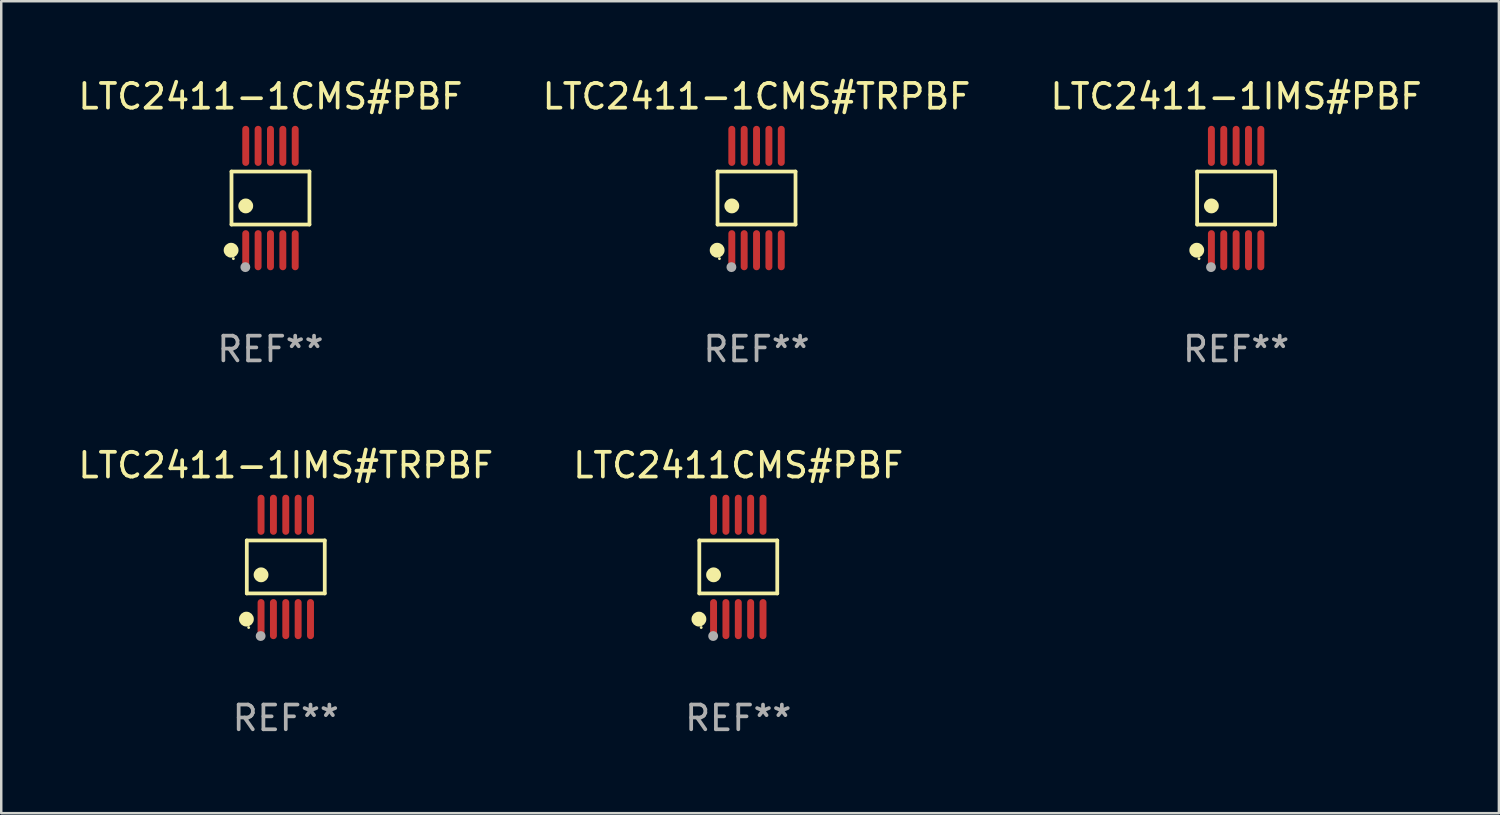
<source format=kicad_pcb>
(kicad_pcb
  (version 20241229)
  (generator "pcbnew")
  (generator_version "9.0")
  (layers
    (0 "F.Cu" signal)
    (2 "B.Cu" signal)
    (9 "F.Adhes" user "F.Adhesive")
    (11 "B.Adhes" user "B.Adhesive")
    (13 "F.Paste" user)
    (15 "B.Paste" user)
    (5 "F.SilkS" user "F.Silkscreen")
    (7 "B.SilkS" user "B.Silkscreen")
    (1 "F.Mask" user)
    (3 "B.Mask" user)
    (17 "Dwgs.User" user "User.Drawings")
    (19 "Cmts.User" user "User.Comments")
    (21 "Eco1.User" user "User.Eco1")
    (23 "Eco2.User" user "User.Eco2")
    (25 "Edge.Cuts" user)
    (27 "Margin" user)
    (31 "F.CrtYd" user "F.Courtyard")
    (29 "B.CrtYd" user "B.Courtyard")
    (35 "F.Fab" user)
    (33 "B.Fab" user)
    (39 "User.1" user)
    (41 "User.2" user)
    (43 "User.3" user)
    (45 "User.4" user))
  (footprint "LTC2411-1CMS#PBF"
    (layer "F.Cu")
    (at 7.887 4.958)
    (property "Reference" "LTC2411-1CMS#PBF" (at 0 -4.11 0) (layer "F.SilkS") (effects (font (size 1 1) (thickness 0.15))))
    (attr through_hole)
    (fp_line (start -1.576 -1.071) (end 1.576 -1.071) (stroke (width 0.152) (type solid)) (layer "F.SilkS"))
    (fp_line (start -1.576 1.071) (end -1.576 -1.071) (stroke (width 0.152) (type solid)) (layer "F.SilkS"))
    (fp_line (start 1.576 -1.071) (end 1.576 1.071) (stroke (width 0.152) (type solid)) (layer "F.SilkS"))
    (fp_line (start 1.576 1.071) (end -1.576 1.071) (stroke (width 0.152) (type solid)) (layer "F.SilkS"))
    (fp_circle (center -1.592 2.11) (end -1.442 2.11) (stroke (width 0.3) (type solid)) (fill no) (layer "F.SilkS"))
    (fp_circle (center -1.5 2.45) (end -1.47 2.45) (stroke (width 0.06) (type solid)) (fill no) (layer "F.SilkS"))
    (fp_circle (center -1 0.319) (end -0.85 0.319) (stroke (width 0.3) (type solid)) (fill no) (layer "F.SilkS"))
    (fp_circle (center -1.016 2.794) (end -0.916 2.794) (stroke (width 0.2) (type solid)) (fill no) (layer "F.Fab"))
    (fp_text user "REF**" (at 0 6.11 0) (layer "F.Fab") (effects (font (size 1 1) (thickness 0.15))))
    (pad "1" smd oval (at -1 2.11) (size 0.28 1.62) (layers "F.Cu" "F.Mask" "F.Paste"))
    (pad "2" smd oval (at -0.5 2.11) (size 0.28 1.62) (layers "F.Cu" "F.Mask" "F.Paste"))
    (pad "3" smd oval (at 0 2.11) (size 0.28 1.62) (layers "F.Cu" "F.Mask" "F.Paste"))
    (pad "4" smd oval (at 0.5 2.11) (size 0.28 1.62) (layers "F.Cu" "F.Mask" "F.Paste"))
    (pad "5" smd oval (at 1 2.11) (size 0.28 1.62) (layers "F.Cu" "F.Mask" "F.Paste"))
    (pad "6" smd oval (at 1 -2.11) (size 0.28 1.62) (layers "F.Cu" "F.Mask" "F.Paste"))
    (pad "7" smd oval (at 0.5 -2.11) (size 0.28 1.62) (layers "F.Cu" "F.Mask" "F.Paste"))
    (pad "8" smd oval (at 0 -2.11) (size 0.28 1.62) (layers "F.Cu" "F.Mask" "F.Paste"))
    (pad "9" smd oval (at -0.5 -2.11) (size 0.28 1.62) (layers "F.Cu" "F.Mask" "F.Paste"))
    (pad "10" smd oval (at -1 -2.11) (size 0.28 1.62) (layers "F.Cu" "F.Mask" "F.Paste")))
  (footprint "LTC2411-1IMS#TRPBF"
    (layer "F.Cu")
    (at 8.506 19.875)
    (property "Reference" "LTC2411-1IMS#TRPBF" (at 0 -4.11 0) (layer "F.SilkS") (effects (font (size 1 1) (thickness 0.15))))
    (attr through_hole)
    (fp_line (start -1.576 -1.071) (end 1.576 -1.071) (stroke (width 0.152) (type solid)) (layer "F.SilkS"))
    (fp_line (start -1.576 1.071) (end -1.576 -1.071) (stroke (width 0.152) (type solid)) (layer "F.SilkS"))
    (fp_line (start 1.576 -1.071) (end 1.576 1.071) (stroke (width 0.152) (type solid)) (layer "F.SilkS"))
    (fp_line (start 1.576 1.071) (end -1.576 1.071) (stroke (width 0.152) (type solid)) (layer "F.SilkS"))
    (fp_circle (center -1.592 2.11) (end -1.442 2.11) (stroke (width 0.3) (type solid)) (fill no) (layer "F.SilkS"))
    (fp_circle (center -1.5 2.45) (end -1.47 2.45) (stroke (width 0.06) (type solid)) (fill no) (layer "F.SilkS"))
    (fp_circle (center -1 0.319) (end -0.85 0.319) (stroke (width 0.3) (type solid)) (fill no) (layer "F.SilkS"))
    (fp_circle (center -1.016 2.794) (end -0.916 2.794) (stroke (width 0.2) (type solid)) (fill no) (layer "F.Fab"))
    (fp_text user "REF**" (at 0 6.11 0) (layer "F.Fab") (effects (font (size 1 1) (thickness 0.15))))
    (pad "1" smd oval (at -1 2.11) (size 0.28 1.62) (layers "F.Cu" "F.Mask" "F.Paste"))
    (pad "2" smd oval (at -0.5 2.11) (size 0.28 1.62) (layers "F.Cu" "F.Mask" "F.Paste"))
    (pad "3" smd oval (at 0 2.11) (size 0.28 1.62) (layers "F.Cu" "F.Mask" "F.Paste"))
    (pad "4" smd oval (at 0.5 2.11) (size 0.28 1.62) (layers "F.Cu" "F.Mask" "F.Paste"))
    (pad "5" smd oval (at 1 2.11) (size 0.28 1.62) (layers "F.Cu" "F.Mask" "F.Paste"))
    (pad "6" smd oval (at 1 -2.11) (size 0.28 1.62) (layers "F.Cu" "F.Mask" "F.Paste"))
    (pad "7" smd oval (at 0.5 -2.11) (size 0.28 1.62) (layers "F.Cu" "F.Mask" "F.Paste"))
    (pad "8" smd oval (at 0 -2.11) (size 0.28 1.62) (layers "F.Cu" "F.Mask" "F.Paste"))
    (pad "9" smd oval (at -0.5 -2.11) (size 0.28 1.62) (layers "F.Cu" "F.Mask" "F.Paste"))
    (pad "10" smd oval (at -1 -2.11) (size 0.28 1.62) (layers "F.Cu" "F.Mask" "F.Paste")))
  (footprint "LTC2411-1IMS#PBF"
    (layer "F.Cu")
    (at 46.935 4.958)
    (property "Reference" "LTC2411-1IMS#PBF" (at 0 -4.11 0) (layer "F.SilkS") (effects (font (size 1 1) (thickness 0.15))))
    (attr through_hole)
    (fp_line (start -1.576 -1.071) (end 1.576 -1.071) (stroke (width 0.152) (type solid)) (layer "F.SilkS"))
    (fp_line (start -1.576 1.071) (end -1.576 -1.071) (stroke (width 0.152) (type solid)) (layer "F.SilkS"))
    (fp_line (start 1.576 -1.071) (end 1.576 1.071) (stroke (width 0.152) (type solid)) (layer "F.SilkS"))
    (fp_line (start 1.576 1.071) (end -1.576 1.071) (stroke (width 0.152) (type solid)) (layer "F.SilkS"))
    (fp_circle (center -1.592 2.11) (end -1.442 2.11) (stroke (width 0.3) (type solid)) (fill no) (layer "F.SilkS"))
    (fp_circle (center -1.5 2.45) (end -1.47 2.45) (stroke (width 0.06) (type solid)) (fill no) (layer "F.SilkS"))
    (fp_circle (center -1 0.319) (end -0.85 0.319) (stroke (width 0.3) (type solid)) (fill no) (layer "F.SilkS"))
    (fp_circle (center -1.016 2.794) (end -0.916 2.794) (stroke (width 0.2) (type solid)) (fill no) (layer "F.Fab"))
    (fp_text user "REF**" (at 0 6.11 0) (layer "F.Fab") (effects (font (size 1 1) (thickness 0.15))))
    (pad "1" smd oval (at -1 2.11) (size 0.28 1.62) (layers "F.Cu" "F.Mask" "F.Paste"))
    (pad "2" smd oval (at -0.5 2.11) (size 0.28 1.62) (layers "F.Cu" "F.Mask" "F.Paste"))
    (pad "3" smd oval (at 0 2.11) (size 0.28 1.62) (layers "F.Cu" "F.Mask" "F.Paste"))
    (pad "4" smd oval (at 0.5 2.11) (size 0.28 1.62) (layers "F.Cu" "F.Mask" "F.Paste"))
    (pad "5" smd oval (at 1 2.11) (size 0.28 1.62) (layers "F.Cu" "F.Mask" "F.Paste"))
    (pad "6" smd oval (at 1 -2.11) (size 0.28 1.62) (layers "F.Cu" "F.Mask" "F.Paste"))
    (pad "7" smd oval (at 0.5 -2.11) (size 0.28 1.62) (layers "F.Cu" "F.Mask" "F.Paste"))
    (pad "8" smd oval (at 0 -2.11) (size 0.28 1.62) (layers "F.Cu" "F.Mask" "F.Paste"))
    (pad "9" smd oval (at -0.5 -2.11) (size 0.28 1.62) (layers "F.Cu" "F.Mask" "F.Paste"))
    (pad "10" smd oval (at -1 -2.11) (size 0.28 1.62) (layers "F.Cu" "F.Mask" "F.Paste")))
  (footprint "LTC2411CMS#PBF"
    (layer "F.Cu")
    (at 26.804 19.875)
    (property "Reference" "LTC2411CMS#PBF" (at 0 -4.11 0) (layer "F.SilkS") (effects (font (size 1 1) (thickness 0.15))))
    (attr through_hole)
    (fp_line (start -1.576 -1.071) (end 1.576 -1.071) (stroke (width 0.152) (type solid)) (layer "F.SilkS"))
    (fp_line (start -1.576 1.071) (end -1.576 -1.071) (stroke (width 0.152) (type solid)) (layer "F.SilkS"))
    (fp_line (start 1.576 -1.071) (end 1.576 1.071) (stroke (width 0.152) (type solid)) (layer "F.SilkS"))
    (fp_line (start 1.576 1.071) (end -1.576 1.071) (stroke (width 0.152) (type solid)) (layer "F.SilkS"))
    (fp_circle (center -1.592 2.11) (end -1.442 2.11) (stroke (width 0.3) (type solid)) (fill no) (layer "F.SilkS"))
    (fp_circle (center -1.5 2.45) (end -1.47 2.45) (stroke (width 0.06) (type solid)) (fill no) (layer "F.SilkS"))
    (fp_circle (center -1 0.319) (end -0.85 0.319) (stroke (width 0.3) (type solid)) (fill no) (layer "F.SilkS"))
    (fp_circle (center -1.016 2.794) (end -0.916 2.794) (stroke (width 0.2) (type solid)) (fill no) (layer "F.Fab"))
    (fp_text user "REF**" (at 0 6.11 0) (layer "F.Fab") (effects (font (size 1 1) (thickness 0.15))))
    (pad "1" smd oval (at -1 2.11) (size 0.28 1.62) (layers "F.Cu" "F.Mask" "F.Paste"))
    (pad "2" smd oval (at -0.5 2.11) (size 0.28 1.62) (layers "F.Cu" "F.Mask" "F.Paste"))
    (pad "3" smd oval (at 0 2.11) (size 0.28 1.62) (layers "F.Cu" "F.Mask" "F.Paste"))
    (pad "4" smd oval (at 0.5 2.11) (size 0.28 1.62) (layers "F.Cu" "F.Mask" "F.Paste"))
    (pad "5" smd oval (at 1 2.11) (size 0.28 1.62) (layers "F.Cu" "F.Mask" "F.Paste"))
    (pad "6" smd oval (at 1 -2.11) (size 0.28 1.62) (layers "F.Cu" "F.Mask" "F.Paste"))
    (pad "7" smd oval (at 0.5 -2.11) (size 0.28 1.62) (layers "F.Cu" "F.Mask" "F.Paste"))
    (pad "8" smd oval (at 0 -2.11) (size 0.28 1.62) (layers "F.Cu" "F.Mask" "F.Paste"))
    (pad "9" smd oval (at -0.5 -2.11) (size 0.28 1.62) (layers "F.Cu" "F.Mask" "F.Paste"))
    (pad "10" smd oval (at -1 -2.11) (size 0.28 1.62) (layers "F.Cu" "F.Mask" "F.Paste")))
  (footprint "LTC2411-1CMS#TRPBF"
    (layer "F.Cu")
    (at 27.542 4.958)
    (property "Reference" "LTC2411-1CMS#TRPBF" (at 0 -4.11 0) (layer "F.SilkS") (effects (font (size 1 1) (thickness 0.15))))
    (attr through_hole)
    (fp_line (start -1.576 -1.071) (end 1.576 -1.071) (stroke (width 0.152) (type solid)) (layer "F.SilkS"))
    (fp_line (start -1.576 1.071) (end -1.576 -1.071) (stroke (width 0.152) (type solid)) (layer "F.SilkS"))
    (fp_line (start 1.576 -1.071) (end 1.576 1.071) (stroke (width 0.152) (type solid)) (layer "F.SilkS"))
    (fp_line (start 1.576 1.071) (end -1.576 1.071) (stroke (width 0.152) (type solid)) (layer "F.SilkS"))
    (fp_circle (center -1.592 2.11) (end -1.442 2.11) (stroke (width 0.3) (type solid)) (fill no) (layer "F.SilkS"))
    (fp_circle (center -1.5 2.45) (end -1.47 2.45) (stroke (width 0.06) (type solid)) (fill no) (layer "F.SilkS"))
    (fp_circle (center -1 0.319) (end -0.85 0.319) (stroke (width 0.3) (type solid)) (fill no) (layer "F.SilkS"))
    (fp_circle (center -1.016 2.794) (end -0.916 2.794) (stroke (width 0.2) (type solid)) (fill no) (layer "F.Fab"))
    (fp_text user "REF**" (at 0 6.11 0) (layer "F.Fab") (effects (font (size 1 1) (thickness 0.15))))
    (pad "1" smd oval (at -1 2.11) (size 0.28 1.62) (layers "F.Cu" "F.Mask" "F.Paste"))
    (pad "2" smd oval (at -0.5 2.11) (size 0.28 1.62) (layers "F.Cu" "F.Mask" "F.Paste"))
    (pad "3" smd oval (at 0 2.11) (size 0.28 1.62) (layers "F.Cu" "F.Mask" "F.Paste"))
    (pad "4" smd oval (at 0.5 2.11) (size 0.28 1.62) (layers "F.Cu" "F.Mask" "F.Paste"))
    (pad "5" smd oval (at 1 2.11) (size 0.28 1.62) (layers "F.Cu" "F.Mask" "F.Paste"))
    (pad "6" smd oval (at 1 -2.11) (size 0.28 1.62) (layers "F.Cu" "F.Mask" "F.Paste"))
    (pad "7" smd oval (at 0.5 -2.11) (size 0.28 1.62) (layers "F.Cu" "F.Mask" "F.Paste"))
    (pad "8" smd oval (at 0 -2.11) (size 0.28 1.62) (layers "F.Cu" "F.Mask" "F.Paste"))
    (pad "9" smd oval (at -0.5 -2.11) (size 0.28 1.62) (layers "F.Cu" "F.Mask" "F.Paste"))
    (pad "10" smd oval (at -1 -2.11) (size 0.28 1.62) (layers "F.Cu" "F.Mask" "F.Paste")))
  (gr_rect
    (start -3 -3)
    (end 57.56 29.833)
    (stroke (width 0.1) (type default))
    (fill no)
    (layer "Edge.Cuts")))
</source>
